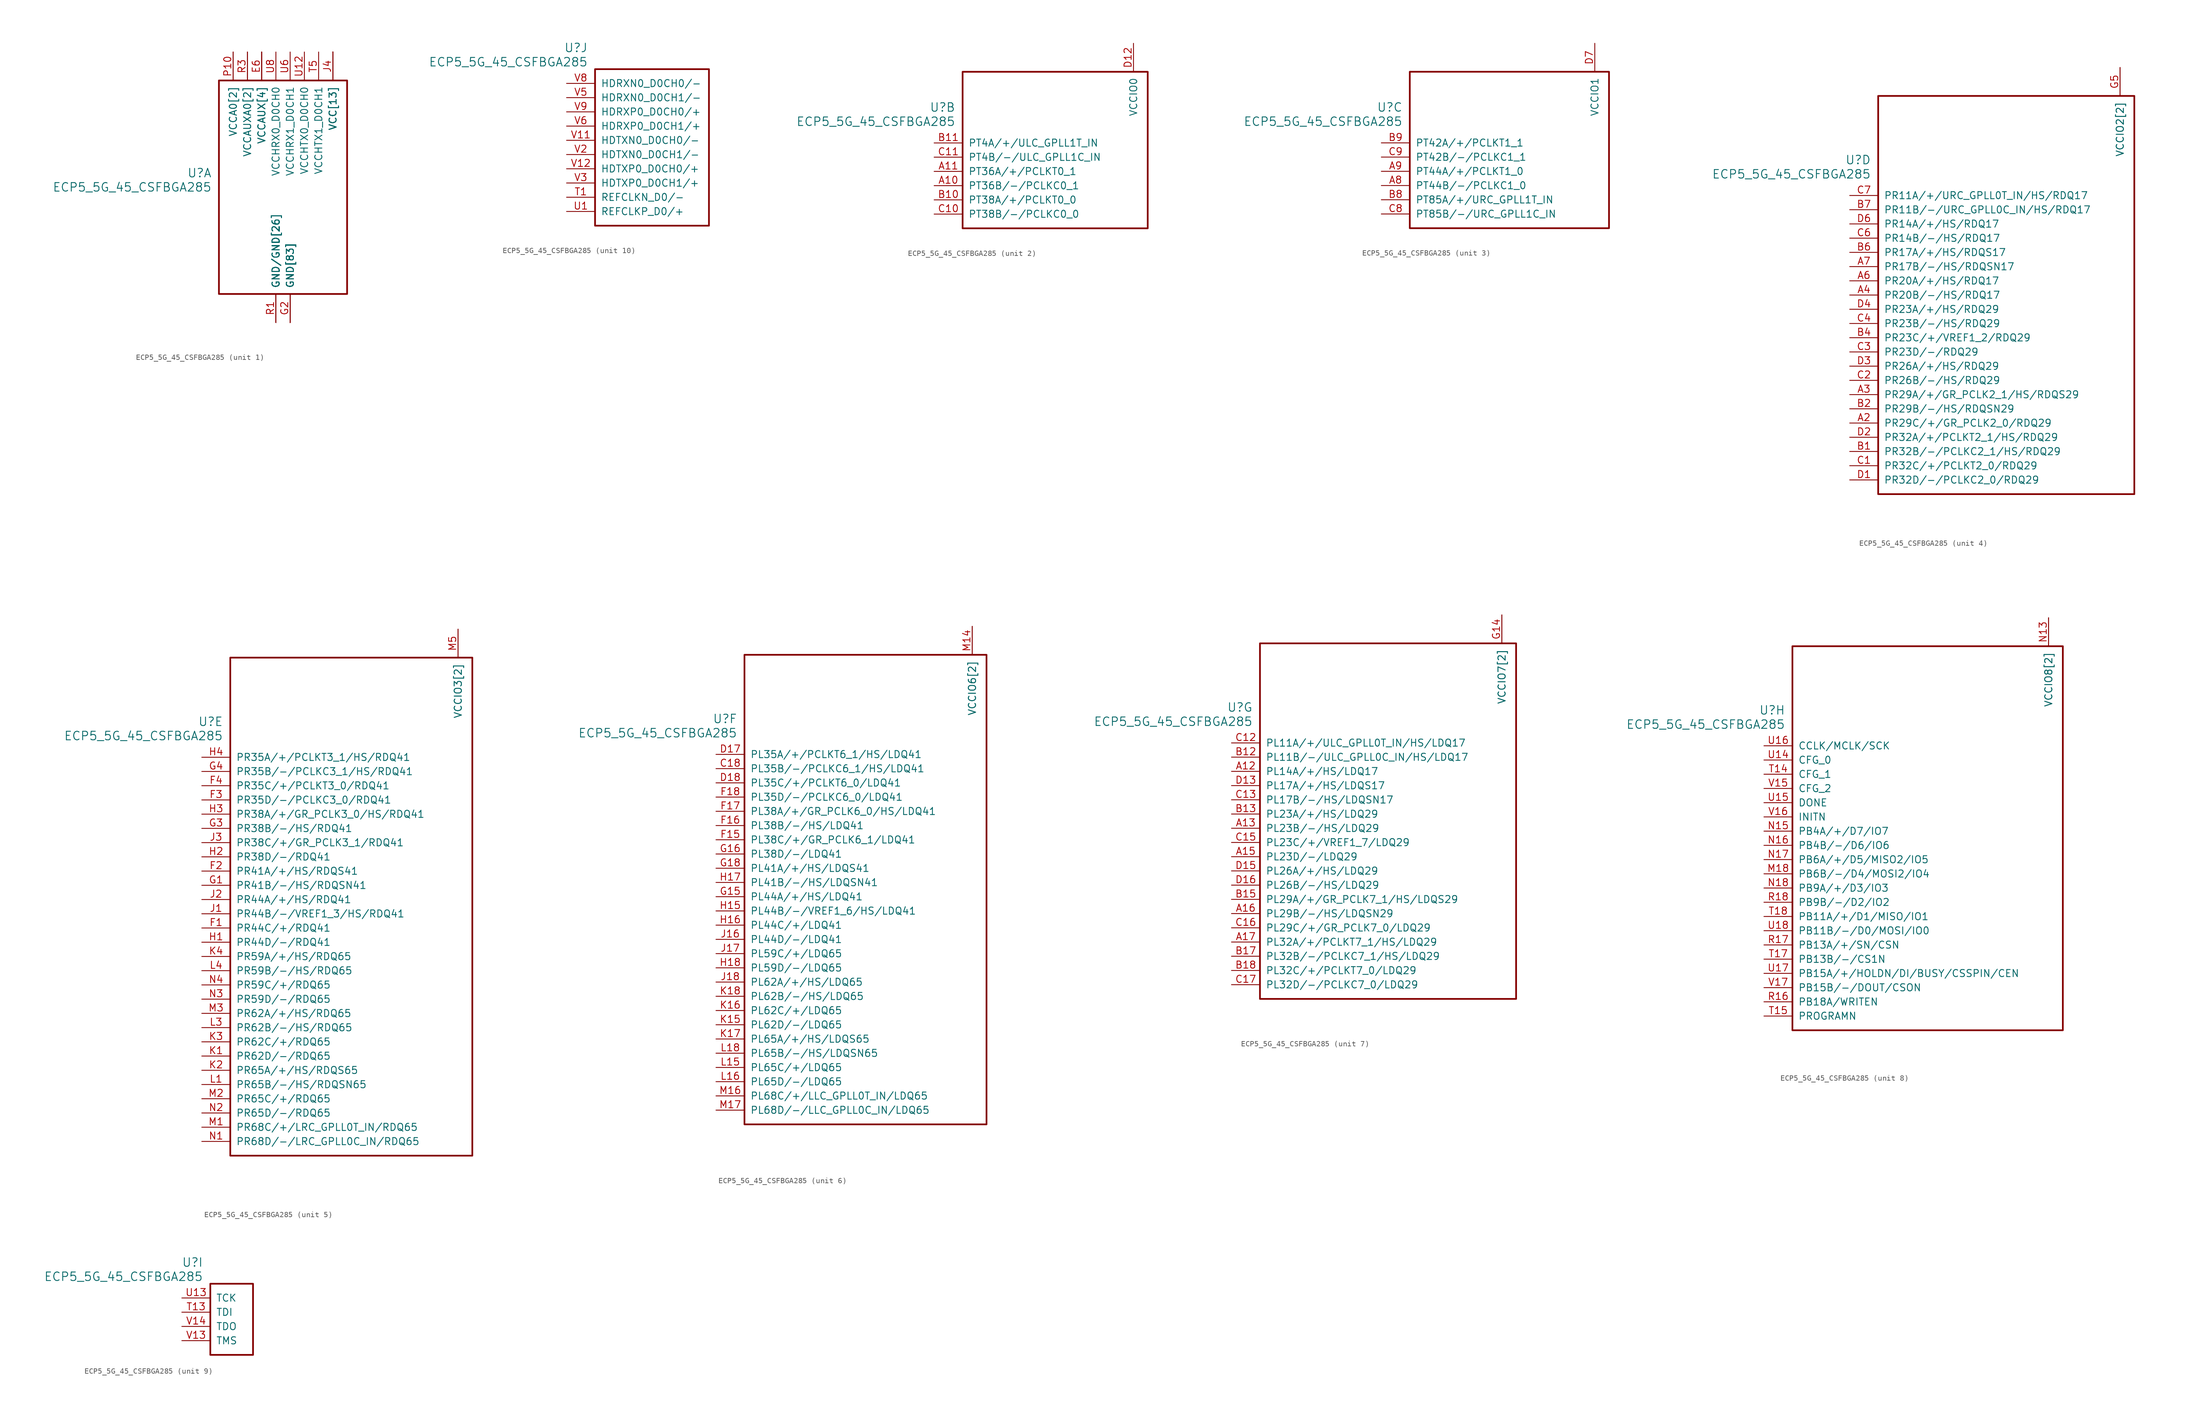
<source format=kicad_sym>
(kicad_symbol_lib
  (version 20211014)
  (generator kicad_symbol_editor)
  (symbol "ECP5_5G_45_CSFBGA285"
    (pin_names
      (offset 1.016))
    (property "Reference" "U"
      (at 3.81 6.35 0)
      (effects (font (size 1.524 1.524)) (justify right)))
    (property "Value" "ECP5_5G_45_CSFBGA285"
      (at 3.81 3.81 0)
      (effects (font (size 1.524 1.524)) (justify right)))
    (property "ki_locked" ""
      (at 0 0 0)
      (effects (font (size 1.27 1.27))))
    (symbol "ECP5_5G_45_CSFBGA285_1_1"
      (rectangle (start 5.08 22.86) (end 27.94 -15.24) (stroke (width 0.305) (type default) (color 0 0 0 0)) (fill (type none)))
      (pin power_in line (at 17.78 -20.32 90) (length 5.08) (name "GND[83]" (effects (font (size 1.27 1.27)))) (number "B16" (effects (font (size 0 0)))))
      (pin power_in line (at 17.78 -20.32 90) (length 5.08) (name "GND[83]" (effects (font (size 1.27 1.27)))) (number "B3" (effects (font (size 0 0)))))
      (pin power_in line (at 25.4 27.94 270) (length 5.08) (name "VCC[13]" (effects (font (size 1.27 1.27)))) (number "D10" (effects (font (size 0 0)))))
      (pin power_in line (at 25.4 27.94 270) (length 5.08) (name "VCC[13]" (effects (font (size 1.27 1.27)))) (number "D11" (effects (font (size 0 0)))))
      (pin power_in line (at 25.4 27.94 270) (length 5.08) (name "VCC[13]" (effects (font (size 1.27 1.27)))) (number "D8" (effects (font (size 0 0)))))
      (pin power_in line (at 25.4 27.94 270) (length 5.08) (name "VCC[13]" (effects (font (size 1.27 1.27)))) (number "D9" (effects (font (size 0 0)))))
      (pin power_in line (at 17.78 -20.32 90) (length 5.08) (name "GND[83]" (effects (font (size 1.27 1.27)))) (number "E10" (effects (font (size 0 0)))))
      (pin power_in line (at 17.78 -20.32 90) (length 5.08) (name "GND[83]" (effects (font (size 1.27 1.27)))) (number "E11" (effects (font (size 0 0)))))
      (pin power_in line (at 17.78 -20.32 90) (length 5.08) (name "GND[83]" (effects (font (size 1.27 1.27)))) (number "E12" (effects (font (size 0 0)))))
      (pin power_in line (at 12.7 27.94 270) (length 5.08) (name "VCCAUX[4]" (effects (font (size 1.27 1.27)))) (number "E13" (effects (font (size 0 0)))))
      (pin power_in line (at 17.78 -20.32 90) (length 5.08) (name "GND[83]" (effects (font (size 1.27 1.27)))) (number "E14" (effects (font (size 0 0)))))
      (pin power_in line (at 17.78 -20.32 90) (length 5.08) (name "GND[83]" (effects (font (size 1.27 1.27)))) (number "E5" (effects (font (size 0 0)))))
      (pin power_in line (at 12.7 27.94 270) (length 5.08) (name "VCCAUX[4]" (effects (font (size 1.27 1.27)))) (number "E6" (effects (font (size 1.27 1.27)))))
      (pin power_in line (at 17.78 -20.32 90) (length 5.08) (name "GND[83]" (effects (font (size 1.27 1.27)))) (number "E7" (effects (font (size 0 0)))))
      (pin power_in line (at 17.78 -20.32 90) (length 5.08) (name "GND[83]" (effects (font (size 1.27 1.27)))) (number "E8" (effects (font (size 0 0)))))
      (pin power_in line (at 17.78 -20.32 90) (length 5.08) (name "GND[83]" (effects (font (size 1.27 1.27)))) (number "E9" (effects (font (size 0 0)))))
      (pin power_in line (at 17.78 -20.32 90) (length 5.08) (name "GND[83]" (effects (font (size 1.27 1.27)))) (number "F10" (effects (font (size 0 0)))))
      (pin power_in line (at 17.78 -20.32 90) (length 5.08) (name "GND[83]" (effects (font (size 1.27 1.27)))) (number "F11" (effects (font (size 0 0)))))
      (pin power_in line (at 17.78 -20.32 90) (length 5.08) (name "GND[83]" (effects (font (size 1.27 1.27)))) (number "F12" (effects (font (size 0 0)))))
      (pin power_in line (at 17.78 -20.32 90) (length 5.08) (name "GND[83]" (effects (font (size 1.27 1.27)))) (number "F13" (effects (font (size 0 0)))))
      (pin power_in line (at 17.78 -20.32 90) (length 5.08) (name "GND[83]" (effects (font (size 1.27 1.27)))) (number "F14" (effects (font (size 0 0)))))
      (pin power_in line (at 17.78 -20.32 90) (length 5.08) (name "GND[83]" (effects (font (size 1.27 1.27)))) (number "F5" (effects (font (size 0 0)))))
      (pin power_in line (at 17.78 -20.32 90) (length 5.08) (name "GND[83]" (effects (font (size 1.27 1.27)))) (number "F6" (effects (font (size 0 0)))))
      (pin power_in line (at 17.78 -20.32 90) (length 5.08) (name "GND[83]" (effects (font (size 1.27 1.27)))) (number "F7" (effects (font (size 0 0)))))
      (pin power_in line (at 17.78 -20.32 90) (length 5.08) (name "GND[83]" (effects (font (size 1.27 1.27)))) (number "F8" (effects (font (size 0 0)))))
      (pin power_in line (at 17.78 -20.32 90) (length 5.08) (name "GND[83]" (effects (font (size 1.27 1.27)))) (number "F9" (effects (font (size 0 0)))))
      (pin power_in line (at 17.78 -20.32 90) (length 5.08) (name "GND[83]" (effects (font (size 1.27 1.27)))) (number "G10" (effects (font (size 0 0)))))
      (pin power_in line (at 17.78 -20.32 90) (length 5.08) (name "GND[83]" (effects (font (size 1.27 1.27)))) (number "G11" (effects (font (size 0 0)))))
      (pin power_in line (at 17.78 -20.32 90) (length 5.08) (name "GND[83]" (effects (font (size 1.27 1.27)))) (number "G12" (effects (font (size 0 0)))))
      (pin power_in line (at 17.78 -20.32 90) (length 5.08) (name "GND[83]" (effects (font (size 1.27 1.27)))) (number "G13" (effects (font (size 0 0)))))
      (pin power_in line (at 17.78 -20.32 90) (length 5.08) (name "GND[83]" (effects (font (size 1.27 1.27)))) (number "G17" (effects (font (size 0 0)))))
      (pin power_in line (at 17.78 -20.32 90) (length 5.08) (name "GND[83]" (effects (font (size 1.27 1.27)))) (number "G2" (effects (font (size 1.27 1.27)))))
      (pin power_in line (at 17.78 -20.32 90) (length 5.08) (name "GND[83]" (effects (font (size 1.27 1.27)))) (number "G6" (effects (font (size 0 0)))))
      (pin power_in line (at 17.78 -20.32 90) (length 5.08) (name "GND[83]" (effects (font (size 1.27 1.27)))) (number "G7" (effects (font (size 0 0)))))
      (pin power_in line (at 17.78 -20.32 90) (length 5.08) (name "GND[83]" (effects (font (size 1.27 1.27)))) (number "G8" (effects (font (size 0 0)))))
      (pin power_in line (at 17.78 -20.32 90) (length 5.08) (name "GND[83]" (effects (font (size 1.27 1.27)))) (number "G9" (effects (font (size 0 0)))))
      (pin power_in line (at 17.78 -20.32 90) (length 5.08) (name "GND[83]" (effects (font (size 1.27 1.27)))) (number "H10" (effects (font (size 0 0)))))
      (pin power_in line (at 17.78 -20.32 90) (length 5.08) (name "GND[83]" (effects (font (size 1.27 1.27)))) (number "H11" (effects (font (size 0 0)))))
      (pin power_in line (at 17.78 -20.32 90) (length 5.08) (name "GND[83]" (effects (font (size 1.27 1.27)))) (number "H12" (effects (font (size 0 0)))))
      (pin power_in line (at 17.78 -20.32 90) (length 5.08) (name "GND[83]" (effects (font (size 1.27 1.27)))) (number "H13" (effects (font (size 0 0)))))
      (pin power_in line (at 17.78 -20.32 90) (length 5.08) (name "GND[83]" (effects (font (size 1.27 1.27)))) (number "H6" (effects (font (size 0 0)))))
      (pin power_in line (at 17.78 -20.32 90) (length 5.08) (name "GND[83]" (effects (font (size 1.27 1.27)))) (number "H7" (effects (font (size 0 0)))))
      (pin power_in line (at 17.78 -20.32 90) (length 5.08) (name "GND[83]" (effects (font (size 1.27 1.27)))) (number "H8" (effects (font (size 0 0)))))
      (pin power_in line (at 17.78 -20.32 90) (length 5.08) (name "GND[83]" (effects (font (size 1.27 1.27)))) (number "H9" (effects (font (size 0 0)))))
      (pin power_in line (at 17.78 -20.32 90) (length 5.08) (name "GND[83]" (effects (font (size 1.27 1.27)))) (number "J10" (effects (font (size 0 0)))))
      (pin power_in line (at 17.78 -20.32 90) (length 5.08) (name "GND[83]" (effects (font (size 1.27 1.27)))) (number "J11" (effects (font (size 0 0)))))
      (pin power_in line (at 17.78 -20.32 90) (length 5.08) (name "GND[83]" (effects (font (size 1.27 1.27)))) (number "J12" (effects (font (size 0 0)))))
      (pin power_in line (at 17.78 -20.32 90) (length 5.08) (name "GND[83]" (effects (font (size 1.27 1.27)))) (number "J13" (effects (font (size 0 0)))))
      (pin power_in line (at 25.4 27.94 270) (length 5.08) (name "VCC[13]" (effects (font (size 1.27 1.27)))) (number "J14" (effects (font (size 0 0)))))
      (pin power_in line (at 25.4 27.94 270) (length 5.08) (name "VCC[13]" (effects (font (size 1.27 1.27)))) (number "J15" (effects (font (size 0 0)))))
      (pin power_in line (at 25.4 27.94 270) (length 5.08) (name "VCC[13]" (effects (font (size 1.27 1.27)))) (number "J4" (effects (font (size 1.27 1.27)))))
      (pin power_in line (at 25.4 27.94 270) (length 5.08) (name "VCC[13]" (effects (font (size 1.27 1.27)))) (number "J5" (effects (font (size 0 0)))))
      (pin power_in line (at 17.78 -20.32 90) (length 5.08) (name "GND[83]" (effects (font (size 1.27 1.27)))) (number "J6" (effects (font (size 0 0)))))
      (pin power_in line (at 17.78 -20.32 90) (length 5.08) (name "GND[83]" (effects (font (size 1.27 1.27)))) (number "J7" (effects (font (size 0 0)))))
      (pin power_in line (at 17.78 -20.32 90) (length 5.08) (name "GND[83]" (effects (font (size 1.27 1.27)))) (number "J8" (effects (font (size 0 0)))))
      (pin power_in line (at 17.78 -20.32 90) (length 5.08) (name "GND[83]" (effects (font (size 1.27 1.27)))) (number "J9" (effects (font (size 0 0)))))
      (pin power_in line (at 17.78 -20.32 90) (length 5.08) (name "GND[83]" (effects (font (size 1.27 1.27)))) (number "K10" (effects (font (size 0 0)))))
      (pin power_in line (at 17.78 -20.32 90) (length 5.08) (name "GND[83]" (effects (font (size 1.27 1.27)))) (number "K11" (effects (font (size 0 0)))))
      (pin power_in line (at 17.78 -20.32 90) (length 5.08) (name "GND[83]" (effects (font (size 1.27 1.27)))) (number "K12" (effects (font (size 0 0)))))
      (pin power_in line (at 17.78 -20.32 90) (length 5.08) (name "GND[83]" (effects (font (size 1.27 1.27)))) (number "K13" (effects (font (size 0 0)))))
      (pin power_in line (at 17.78 -20.32 90) (length 5.08) (name "GND[83]" (effects (font (size 1.27 1.27)))) (number "K14" (effects (font (size 0 0)))))
      (pin power_in line (at 17.78 -20.32 90) (length 5.08) (name "GND[83]" (effects (font (size 1.27 1.27)))) (number "K5" (effects (font (size 0 0)))))
      (pin power_in line (at 17.78 -20.32 90) (length 5.08) (name "GND[83]" (effects (font (size 1.27 1.27)))) (number "K6" (effects (font (size 0 0)))))
      (pin power_in line (at 17.78 -20.32 90) (length 5.08) (name "GND[83]" (effects (font (size 1.27 1.27)))) (number "K7" (effects (font (size 0 0)))))
      (pin power_in line (at 17.78 -20.32 90) (length 5.08) (name "GND[83]" (effects (font (size 1.27 1.27)))) (number "K8" (effects (font (size 0 0)))))
      (pin power_in line (at 17.78 -20.32 90) (length 5.08) (name "GND[83]" (effects (font (size 1.27 1.27)))) (number "K9" (effects (font (size 0 0)))))
      (pin power_in line (at 17.78 -20.32 90) (length 5.08) (name "GND[83]" (effects (font (size 1.27 1.27)))) (number "L10" (effects (font (size 0 0)))))
      (pin power_in line (at 17.78 -20.32 90) (length 5.08) (name "GND[83]" (effects (font (size 1.27 1.27)))) (number "L11" (effects (font (size 0 0)))))
      (pin power_in line (at 17.78 -20.32 90) (length 5.08) (name "GND[83]" (effects (font (size 1.27 1.27)))) (number "L12" (effects (font (size 0 0)))))
      (pin power_in line (at 17.78 -20.32 90) (length 5.08) (name "GND[83]" (effects (font (size 1.27 1.27)))) (number "L13" (effects (font (size 0 0)))))
      (pin power_in line (at 17.78 -20.32 90) (length 5.08) (name "GND[83]" (effects (font (size 1.27 1.27)))) (number "L14" (effects (font (size 0 0)))))
      (pin power_in line (at 17.78 -20.32 90) (length 5.08) (name "GND[83]" (effects (font (size 1.27 1.27)))) (number "L17" (effects (font (size 0 0)))))
      (pin power_in line (at 17.78 -20.32 90) (length 5.08) (name "GND[83]" (effects (font (size 1.27 1.27)))) (number "L2" (effects (font (size 0 0)))))
      (pin power_in line (at 17.78 -20.32 90) (length 5.08) (name "GND[83]" (effects (font (size 1.27 1.27)))) (number "L5" (effects (font (size 0 0)))))
      (pin power_in line (at 17.78 -20.32 90) (length 5.08) (name "GND[83]" (effects (font (size 1.27 1.27)))) (number "L6" (effects (font (size 0 0)))))
      (pin power_in line (at 17.78 -20.32 90) (length 5.08) (name "GND[83]" (effects (font (size 1.27 1.27)))) (number "L7" (effects (font (size 0 0)))))
      (pin power_in line (at 17.78 -20.32 90) (length 5.08) (name "GND[83]" (effects (font (size 1.27 1.27)))) (number "L8" (effects (font (size 0 0)))))
      (pin power_in line (at 17.78 -20.32 90) (length 5.08) (name "GND[83]" (effects (font (size 1.27 1.27)))) (number "L9" (effects (font (size 0 0)))))
      (pin power_in line (at 17.78 -20.32 90) (length 5.08) (name "GND[83]" (effects (font (size 1.27 1.27)))) (number "M10" (effects (font (size 0 0)))))
      (pin power_in line (at 17.78 -20.32 90) (length 5.08) (name "GND[83]" (effects (font (size 1.27 1.27)))) (number "M11" (effects (font (size 0 0)))))
      (pin power_in line (at 17.78 -20.32 90) (length 5.08) (name "GND[83]" (effects (font (size 1.27 1.27)))) (number "M12" (effects (font (size 0 0)))))
      (pin power_in line (at 17.78 -20.32 90) (length 5.08) (name "GND[83]" (effects (font (size 1.27 1.27)))) (number "M13" (effects (font (size 0 0)))))
      (pin power_in line (at 25.4 27.94 270) (length 5.08) (name "VCC[13]" (effects (font (size 1.27 1.27)))) (number "M15" (effects (font (size 0 0)))))
      (pin power_in line (at 25.4 27.94 270) (length 5.08) (name "VCC[13]" (effects (font (size 1.27 1.27)))) (number "M4" (effects (font (size 0 0)))))
      (pin power_in line (at 17.78 -20.32 90) (length 5.08) (name "GND[83]" (effects (font (size 1.27 1.27)))) (number "M6" (effects (font (size 0 0)))))
      (pin power_in line (at 17.78 -20.32 90) (length 5.08) (name "GND[83]" (effects (font (size 1.27 1.27)))) (number "M7" (effects (font (size 0 0)))))
      (pin power_in line (at 17.78 -20.32 90) (length 5.08) (name "GND[83]" (effects (font (size 1.27 1.27)))) (number "M8" (effects (font (size 0 0)))))
      (pin power_in line (at 17.78 -20.32 90) (length 5.08) (name "GND[83]" (effects (font (size 1.27 1.27)))) (number "M9" (effects (font (size 0 0)))))
      (pin power_in line (at 17.78 -20.32 90) (length 5.08) (name "GND[83]" (effects (font (size 1.27 1.27)))) (number "N10" (effects (font (size 0 0)))))
      (pin power_in line (at 17.78 -20.32 90) (length 5.08) (name "GND[83]" (effects (font (size 1.27 1.27)))) (number "N11" (effects (font (size 0 0)))))
      (pin power_in line (at 17.78 -20.32 90) (length 5.08) (name "GND[83]" (effects (font (size 1.27 1.27)))) (number "N12" (effects (font (size 0 0)))))
      (pin power_in line (at 12.7 27.94 270) (length 5.08) (name "VCCAUX[4]" (effects (font (size 1.27 1.27)))) (number "N6" (effects (font (size 0 0)))))
      (pin power_in line (at 17.78 -20.32 90) (length 5.08) (name "GND[83]" (effects (font (size 1.27 1.27)))) (number "N7" (effects (font (size 0 0)))))
      (pin power_in line (at 17.78 -20.32 90) (length 5.08) (name "GND[83]" (effects (font (size 1.27 1.27)))) (number "N8" (effects (font (size 0 0)))))
      (pin power_in line (at 17.78 -20.32 90) (length 5.08) (name "GND[83]" (effects (font (size 1.27 1.27)))) (number "N9" (effects (font (size 0 0)))))
      (pin power_in line (at 7.62 27.94 270) (length 5.08) (name "VCCA0[2]" (effects (font (size 1.27 1.27)))) (number "P10" (effects (font (size 1.27 1.27)))))
      (pin power_in line (at 25.4 27.94 270) (length 5.08) (name "VCC[13]" (effects (font (size 1.27 1.27)))) (number "P11" (effects (font (size 0 0)))))
      (pin power_in line (at 15.24 -20.32 90) (length 5.08) (name "GND/GND[26]" (effects (font (size 1.27 1.27)))) (number "P12" (effects (font (size 0 0)))))
      (pin power_in line (at 12.7 27.94 270) (length 5.08) (name "VCCAUX[4]" (effects (font (size 1.27 1.27)))) (number "P13" (effects (font (size 0 0)))))
      (pin power_in line (at 10.16 27.94 270) (length 5.08) (name "VCCAUXA0[2]" (effects (font (size 1.27 1.27)))) (number "P5" (effects (font (size 0 0)))))
      (pin power_in line (at 15.24 -20.32 90) (length 5.08) (name "GND/GND[26]" (effects (font (size 1.27 1.27)))) (number "P6" (effects (font (size 0 0)))))
      (pin power_in line (at 25.4 27.94 270) (length 5.08) (name "VCC[13]" (effects (font (size 1.27 1.27)))) (number "P7" (effects (font (size 0 0)))))
      (pin power_in line (at 15.24 -20.32 90) (length 5.08) (name "GND/GND[26]" (effects (font (size 1.27 1.27)))) (number "P8" (effects (font (size 0 0)))))
      (pin power_in line (at 25.4 27.94 270) (length 5.08) (name "VCC[13]" (effects (font (size 1.27 1.27)))) (number "P9" (effects (font (size 0 0)))))
      (pin power_in line (at 15.24 -20.32 90) (length 5.08) (name "GND/GND[26]" (effects (font (size 1.27 1.27)))) (number "R1" (effects (font (size 1.27 1.27)))))
      (pin power_in line (at 7.62 27.94 270) (length 5.08) (name "VCCA0[2]" (effects (font (size 1.27 1.27)))) (number "R10" (effects (font (size 0 0)))))
      (pin power_in line (at 15.24 -20.32 90) (length 5.08) (name "GND/GND[26]" (effects (font (size 1.27 1.27)))) (number "R2" (effects (font (size 0 0)))))
      (pin power_in line (at 10.16 27.94 270) (length 5.08) (name "VCCAUXA0[2]" (effects (font (size 1.27 1.27)))) (number "R3" (effects (font (size 1.27 1.27)))))
      (pin power_in line (at 15.24 -20.32 90) (length 5.08) (name "GND/GND[26]" (effects (font (size 1.27 1.27)))) (number "T10" (effects (font (size 0 0)))))
      (pin power_in line (at 15.24 -20.32 90) (length 5.08) (name "GND/GND[26]" (effects (font (size 1.27 1.27)))) (number "T11" (effects (font (size 0 0)))))
      (pin power_in line (at 15.24 -20.32 90) (length 5.08) (name "GND/GND[26]" (effects (font (size 1.27 1.27)))) (number "T12" (effects (font (size 0 0)))))
      (pin power_in line (at 17.78 -20.32 90) (length 5.08) (name "GND[83]" (effects (font (size 1.27 1.27)))) (number "T16" (effects (font (size 0 0)))))
      (pin power_in line (at 15.24 -20.32 90) (length 5.08) (name "GND/GND[26]" (effects (font (size 1.27 1.27)))) (number "T2" (effects (font (size 0 0)))))
      (pin power_in line (at 15.24 -20.32 90) (length 5.08) (name "GND/GND[26]" (effects (font (size 1.27 1.27)))) (number "T3" (effects (font (size 0 0)))))
      (pin power_in line (at 15.24 -20.32 90) (length 5.08) (name "GND/GND[26]" (effects (font (size 1.27 1.27)))) (number "T4" (effects (font (size 0 0)))))
      (pin power_in line (at 22.86 27.94 270) (length 5.08) (name "VCCHTX1_D0CH1" (effects (font (size 1.27 1.27)))) (number "T5" (effects (font (size 1.27 1.27)))))
      (pin power_in line (at 15.24 -20.32 90) (length 5.08) (name "GND/GND[26]" (effects (font (size 1.27 1.27)))) (number "T6" (effects (font (size 0 0)))))
      (pin power_in line (at 15.24 -20.32 90) (length 5.08) (name "GND/GND[26]" (effects (font (size 1.27 1.27)))) (number "T7" (effects (font (size 0 0)))))
      (pin power_in line (at 15.24 -20.32 90) (length 5.08) (name "GND/GND[26]" (effects (font (size 1.27 1.27)))) (number "T8" (effects (font (size 0 0)))))
      (pin power_in line (at 15.24 -20.32 90) (length 5.08) (name "GND/GND[26]" (effects (font (size 1.27 1.27)))) (number "T9" (effects (font (size 0 0)))))
      (pin power_in line (at 15.24 -20.32 90) (length 5.08) (name "GND/GND[26]" (effects (font (size 1.27 1.27)))) (number "U10" (effects (font (size 0 0)))))
      (pin power_in line (at 15.24 -20.32 90) (length 5.08) (name "GND/GND[26]" (effects (font (size 1.27 1.27)))) (number "U11" (effects (font (size 0 0)))))
      (pin power_in line (at 20.32 27.94 270) (length 5.08) (name "VCCHTX0_D0CH0" (effects (font (size 1.27 1.27)))) (number "U12" (effects (font (size 1.27 1.27)))))
      (pin power_in line (at 15.24 -20.32 90) (length 5.08) (name "GND/GND[26]" (effects (font (size 1.27 1.27)))) (number "U2" (effects (font (size 0 0)))))
      (pin power_in line (at 15.24 -20.32 90) (length 5.08) (name "GND/GND[26]" (effects (font (size 1.27 1.27)))) (number "U3" (effects (font (size 0 0)))))
      (pin power_in line (at 15.24 -20.32 90) (length 5.08) (name "GND/GND[26]" (effects (font (size 1.27 1.27)))) (number "U4" (effects (font (size 0 0)))))
      (pin power_in line (at 15.24 -20.32 90) (length 5.08) (name "GND/GND[26]" (effects (font (size 1.27 1.27)))) (number "U5" (effects (font (size 0 0)))))
      (pin power_in line (at 17.78 27.94 270) (length 5.08) (name "VCCHRX1_D0CH1" (effects (font (size 1.27 1.27)))) (number "U6" (effects (font (size 1.27 1.27)))))
      (pin power_in line (at 15.24 -20.32 90) (length 5.08) (name "GND/GND[26]" (effects (font (size 1.27 1.27)))) (number "U7" (effects (font (size 0 0)))))
      (pin power_in line (at 15.24 27.94 270) (length 5.08) (name "VCCHRX0_D0CH0" (effects (font (size 1.27 1.27)))) (number "U8" (effects (font (size 1.27 1.27)))))
      (pin power_in line (at 15.24 -20.32 90) (length 5.08) (name "GND/GND[26]" (effects (font (size 1.27 1.27)))) (number "U9" (effects (font (size 0 0)))))
      (pin power_in line (at 15.24 -20.32 90) (length 5.08) (name "GND/GND[26]" (effects (font (size 1.27 1.27)))) (number "V10" (effects (font (size 0 0)))))
      (pin power_in line (at 15.24 -20.32 90) (length 5.08) (name "GND/GND[26]" (effects (font (size 1.27 1.27)))) (number "V4" (effects (font (size 0 0)))))
      (pin power_in line (at 15.24 -20.32 90) (length 5.08) (name "GND/GND[26]" (effects (font (size 1.27 1.27)))) (number "V7" (effects (font (size 0 0))))))
    (symbol "ECP5_5G_45_CSFBGA285_2_1"
      (rectangle (start 5.08 12.7) (end 38.1 -15.24) (stroke (width 0.305) (type default) (color 0 0 0 0)) (fill (type none)))
      (pin bidirectional line (at 0 -7.62 0) (length 5.08) (name "PT36B/-/PCLKC0_1" (effects (font (size 1.27 1.27)))) (number "A10" (effects (font (size 1.27 1.27)))))
      (pin bidirectional line (at 0 -5.08 0) (length 5.08) (name "PT36A/+/PCLKT0_1" (effects (font (size 1.27 1.27)))) (number "A11" (effects (font (size 1.27 1.27)))))
      (pin bidirectional line (at 0 -10.16 0) (length 5.08) (name "PT38A/+/PCLKT0_0" (effects (font (size 1.27 1.27)))) (number "B10" (effects (font (size 1.27 1.27)))))
      (pin bidirectional line (at 0 0 0) (length 5.08) (name "PT4A/+/ULC_GPLL1T_IN" (effects (font (size 1.27 1.27)))) (number "B11" (effects (font (size 1.27 1.27)))))
      (pin bidirectional line (at 0 -12.7 0) (length 5.08) (name "PT38B/-/PCLKC0_0" (effects (font (size 1.27 1.27)))) (number "C10" (effects (font (size 1.27 1.27)))))
      (pin bidirectional line (at 0 -2.54 0) (length 5.08) (name "PT4B/-/ULC_GPLL1C_IN" (effects (font (size 1.27 1.27)))) (number "C11" (effects (font (size 1.27 1.27)))))
      (pin power_in line (at 35.56 17.78 270) (length 5.08) (name "VCCIO0" (effects (font (size 1.27 1.27)))) (number "D12" (effects (font (size 1.27 1.27))))))
    (symbol "ECP5_5G_45_CSFBGA285_3_1"
      (rectangle (start 5.08 12.7) (end 40.64 -15.24) (stroke (width 0.305) (type default) (color 0 0 0 0)) (fill (type none)))
      (pin bidirectional line (at 0 -7.62 0) (length 5.08) (name "PT44B/-/PCLKC1_0" (effects (font (size 1.27 1.27)))) (number "A8" (effects (font (size 1.27 1.27)))))
      (pin bidirectional line (at 0 -5.08 0) (length 5.08) (name "PT44A/+/PCLKT1_0" (effects (font (size 1.27 1.27)))) (number "A9" (effects (font (size 1.27 1.27)))))
      (pin bidirectional line (at 0 -10.16 0) (length 5.08) (name "PT85A/+/URC_GPLL1T_IN" (effects (font (size 1.27 1.27)))) (number "B8" (effects (font (size 1.27 1.27)))))
      (pin bidirectional line (at 0 0 0) (length 5.08) (name "PT42A/+/PCLKT1_1" (effects (font (size 1.27 1.27)))) (number "B9" (effects (font (size 1.27 1.27)))))
      (pin bidirectional line (at 0 -12.7 0) (length 5.08) (name "PT85B/-/URC_GPLL1C_IN" (effects (font (size 1.27 1.27)))) (number "C8" (effects (font (size 1.27 1.27)))))
      (pin bidirectional line (at 0 -2.54 0) (length 5.08) (name "PT42B/-/PCLKC1_1" (effects (font (size 1.27 1.27)))) (number "C9" (effects (font (size 1.27 1.27)))))
      (pin power_in line (at 38.1 17.78 270) (length 5.08) (name "VCCIO1" (effects (font (size 1.27 1.27)))) (number "D7" (effects (font (size 1.27 1.27))))))
    (symbol "ECP5_5G_45_CSFBGA285_4_1"
      (rectangle (start 5.08 17.78) (end 50.8 -53.34) (stroke (width 0.305) (type default) (color 0 0 0 0)) (fill (type none)))
      (pin bidirectional line (at 0 -40.64 0) (length 5.08) (name "PR29C/+/GR_PCLK2_0/RDQ29" (effects (font (size 1.27 1.27)))) (number "A2" (effects (font (size 1.27 1.27)))))
      (pin bidirectional line (at 0 -35.56 0) (length 5.08) (name "PR29A/+/GR_PCLK2_1/HS/RDQS29" (effects (font (size 1.27 1.27)))) (number "A3" (effects (font (size 1.27 1.27)))))
      (pin bidirectional line (at 0 -17.78 0) (length 5.08) (name "PR20B/-/HS/RDQ17" (effects (font (size 1.27 1.27)))) (number "A4" (effects (font (size 1.27 1.27)))))
      (pin bidirectional line (at 0 -15.24 0) (length 5.08) (name "PR20A/+/HS/RDQ17" (effects (font (size 1.27 1.27)))) (number "A6" (effects (font (size 1.27 1.27)))))
      (pin bidirectional line (at 0 -12.7 0) (length 5.08) (name "PR17B/-/HS/RDQSN17" (effects (font (size 1.27 1.27)))) (number "A7" (effects (font (size 1.27 1.27)))))
      (pin bidirectional line (at 0 -45.72 0) (length 5.08) (name "PR32B/-/PCLKC2_1/HS/RDQ29" (effects (font (size 1.27 1.27)))) (number "B1" (effects (font (size 1.27 1.27)))))
      (pin bidirectional line (at 0 -38.1 0) (length 5.08) (name "PR29B/-/HS/RDQSN29" (effects (font (size 1.27 1.27)))) (number "B2" (effects (font (size 1.27 1.27)))))
      (pin bidirectional line (at 0 -25.4 0) (length 5.08) (name "PR23C/+/VREF1_2/RDQ29" (effects (font (size 1.27 1.27)))) (number "B4" (effects (font (size 1.27 1.27)))))
      (pin bidirectional line (at 0 -10.16 0) (length 5.08) (name "PR17A/+/HS/RDQS17" (effects (font (size 1.27 1.27)))) (number "B6" (effects (font (size 1.27 1.27)))))
      (pin bidirectional line (at 0 -2.54 0) (length 5.08) (name "PR11B/-/URC_GPLL0C_IN/HS/RDQ17" (effects (font (size 1.27 1.27)))) (number "B7" (effects (font (size 1.27 1.27)))))
      (pin bidirectional line (at 0 -48.26 0) (length 5.08) (name "PR32C/+/PCLKT2_0/RDQ29" (effects (font (size 1.27 1.27)))) (number "C1" (effects (font (size 1.27 1.27)))))
      (pin bidirectional line (at 0 -33.02 0) (length 5.08) (name "PR26B/-/HS/RDQ29" (effects (font (size 1.27 1.27)))) (number "C2" (effects (font (size 1.27 1.27)))))
      (pin bidirectional line (at 0 -27.94 0) (length 5.08) (name "PR23D/-/RDQ29" (effects (font (size 1.27 1.27)))) (number "C3" (effects (font (size 1.27 1.27)))))
      (pin bidirectional line (at 0 -22.86 0) (length 5.08) (name "PR23B/-/HS/RDQ29" (effects (font (size 1.27 1.27)))) (number "C4" (effects (font (size 1.27 1.27)))))
      (pin bidirectional line (at 0 -7.62 0) (length 5.08) (name "PR14B/-/HS/RDQ17" (effects (font (size 1.27 1.27)))) (number "C6" (effects (font (size 1.27 1.27)))))
      (pin bidirectional line (at 0 0 0) (length 5.08) (name "PR11A/+/URC_GPLL0T_IN/HS/RDQ17" (effects (font (size 1.27 1.27)))) (number "C7" (effects (font (size 1.27 1.27)))))
      (pin bidirectional line (at 0 -50.8 0) (length 5.08) (name "PR32D/-/PCLKC2_0/RDQ29" (effects (font (size 1.27 1.27)))) (number "D1" (effects (font (size 1.27 1.27)))))
      (pin bidirectional line (at 0 -43.18 0) (length 5.08) (name "PR32A/+/PCLKT2_1/HS/RDQ29" (effects (font (size 1.27 1.27)))) (number "D2" (effects (font (size 1.27 1.27)))))
      (pin bidirectional line (at 0 -30.48 0) (length 5.08) (name "PR26A/+/HS/RDQ29" (effects (font (size 1.27 1.27)))) (number "D3" (effects (font (size 1.27 1.27)))))
      (pin bidirectional line (at 0 -20.32 0) (length 5.08) (name "PR23A/+/HS/RDQ29" (effects (font (size 1.27 1.27)))) (number "D4" (effects (font (size 1.27 1.27)))))
      (pin bidirectional line (at 0 -5.08 0) (length 5.08) (name "PR14A/+/HS/RDQ17" (effects (font (size 1.27 1.27)))) (number "D6" (effects (font (size 1.27 1.27)))))
      (pin power_in line (at 48.26 22.86 270) (length 5.08) (name "VCCIO2[2]" (effects (font (size 1.27 1.27)))) (number "G5" (effects (font (size 1.27 1.27)))))
      (pin power_in line (at 48.26 22.86 270) (length 5.08) (name "VCCIO2[2]" (effects (font (size 1.27 1.27)))) (number "H5" (effects (font (size 0 0))))))
    (symbol "ECP5_5G_45_CSFBGA285_5_1"
      (rectangle (start 5.08 17.78) (end 48.26 -71.12) (stroke (width 0.305) (type default) (color 0 0 0 0)) (fill (type none)))
      (pin bidirectional line (at 0 -30.48 0) (length 5.08) (name "PR44C/+/RDQ41" (effects (font (size 1.27 1.27)))) (number "F1" (effects (font (size 1.27 1.27)))))
      (pin bidirectional line (at 0 -20.32 0) (length 5.08) (name "PR41A/+/HS/RDQS41" (effects (font (size 1.27 1.27)))) (number "F2" (effects (font (size 1.27 1.27)))))
      (pin bidirectional line (at 0 -7.62 0) (length 5.08) (name "PR35D/-/PCLKC3_0/RDQ41" (effects (font (size 1.27 1.27)))) (number "F3" (effects (font (size 1.27 1.27)))))
      (pin bidirectional line (at 0 -5.08 0) (length 5.08) (name "PR35C/+/PCLKT3_0/RDQ41" (effects (font (size 1.27 1.27)))) (number "F4" (effects (font (size 1.27 1.27)))))
      (pin bidirectional line (at 0 -22.86 0) (length 5.08) (name "PR41B/-/HS/RDQSN41" (effects (font (size 1.27 1.27)))) (number "G1" (effects (font (size 1.27 1.27)))))
      (pin bidirectional line (at 0 -12.7 0) (length 5.08) (name "PR38B/-/HS/RDQ41" (effects (font (size 1.27 1.27)))) (number "G3" (effects (font (size 1.27 1.27)))))
      (pin bidirectional line (at 0 -2.54 0) (length 5.08) (name "PR35B/-/PCLKC3_1/HS/RDQ41" (effects (font (size 1.27 1.27)))) (number "G4" (effects (font (size 1.27 1.27)))))
      (pin bidirectional line (at 0 -33.02 0) (length 5.08) (name "PR44D/-/RDQ41" (effects (font (size 1.27 1.27)))) (number "H1" (effects (font (size 1.27 1.27)))))
      (pin bidirectional line (at 0 -17.78 0) (length 5.08) (name "PR38D/-/RDQ41" (effects (font (size 1.27 1.27)))) (number "H2" (effects (font (size 1.27 1.27)))))
      (pin bidirectional line (at 0 -10.16 0) (length 5.08) (name "PR38A/+/GR_PCLK3_0/HS/RDQ41" (effects (font (size 1.27 1.27)))) (number "H3" (effects (font (size 1.27 1.27)))))
      (pin bidirectional line (at 0 0 0) (length 5.08) (name "PR35A/+/PCLKT3_1/HS/RDQ41" (effects (font (size 1.27 1.27)))) (number "H4" (effects (font (size 1.27 1.27)))))
      (pin bidirectional line (at 0 -27.94 0) (length 5.08) (name "PR44B/-/VREF1_3/HS/RDQ41" (effects (font (size 1.27 1.27)))) (number "J1" (effects (font (size 1.27 1.27)))))
      (pin bidirectional line (at 0 -25.4 0) (length 5.08) (name "PR44A/+/HS/RDQ41" (effects (font (size 1.27 1.27)))) (number "J2" (effects (font (size 1.27 1.27)))))
      (pin bidirectional line (at 0 -15.24 0) (length 5.08) (name "PR38C/+/GR_PCLK3_1/RDQ41" (effects (font (size 1.27 1.27)))) (number "J3" (effects (font (size 1.27 1.27)))))
      (pin bidirectional line (at 0 -53.34 0) (length 5.08) (name "PR62D/-/RDQ65" (effects (font (size 1.27 1.27)))) (number "K1" (effects (font (size 1.27 1.27)))))
      (pin bidirectional line (at 0 -55.88 0) (length 5.08) (name "PR65A/+/HS/RDQS65" (effects (font (size 1.27 1.27)))) (number "K2" (effects (font (size 1.27 1.27)))))
      (pin bidirectional line (at 0 -50.8 0) (length 5.08) (name "PR62C/+/RDQ65" (effects (font (size 1.27 1.27)))) (number "K3" (effects (font (size 1.27 1.27)))))
      (pin bidirectional line (at 0 -35.56 0) (length 5.08) (name "PR59A/+/HS/RDQ65" (effects (font (size 1.27 1.27)))) (number "K4" (effects (font (size 1.27 1.27)))))
      (pin bidirectional line (at 0 -58.42 0) (length 5.08) (name "PR65B/-/HS/RDQSN65" (effects (font (size 1.27 1.27)))) (number "L1" (effects (font (size 1.27 1.27)))))
      (pin bidirectional line (at 0 -48.26 0) (length 5.08) (name "PR62B/-/HS/RDQ65" (effects (font (size 1.27 1.27)))) (number "L3" (effects (font (size 1.27 1.27)))))
      (pin bidirectional line (at 0 -38.1 0) (length 5.08) (name "PR59B/-/HS/RDQ65" (effects (font (size 1.27 1.27)))) (number "L4" (effects (font (size 1.27 1.27)))))
      (pin bidirectional line (at 0 -66.04 0) (length 5.08) (name "PR68C/+/LRC_GPLL0T_IN/RDQ65" (effects (font (size 1.27 1.27)))) (number "M1" (effects (font (size 1.27 1.27)))))
      (pin bidirectional line (at 0 -60.96 0) (length 5.08) (name "PR65C/+/RDQ65" (effects (font (size 1.27 1.27)))) (number "M2" (effects (font (size 1.27 1.27)))))
      (pin bidirectional line (at 0 -45.72 0) (length 5.08) (name "PR62A/+/HS/RDQ65" (effects (font (size 1.27 1.27)))) (number "M3" (effects (font (size 1.27 1.27)))))
      (pin power_in line (at 45.72 22.86 270) (length 5.08) (name "VCCIO3[2]" (effects (font (size 1.27 1.27)))) (number "M5" (effects (font (size 1.27 1.27)))))
      (pin bidirectional line (at 0 -68.58 0) (length 5.08) (name "PR68D/-/LRC_GPLL0C_IN/RDQ65" (effects (font (size 1.27 1.27)))) (number "N1" (effects (font (size 1.27 1.27)))))
      (pin bidirectional line (at 0 -63.5 0) (length 5.08) (name "PR65D/-/RDQ65" (effects (font (size 1.27 1.27)))) (number "N2" (effects (font (size 1.27 1.27)))))
      (pin bidirectional line (at 0 -43.18 0) (length 5.08) (name "PR59D/-/RDQ65" (effects (font (size 1.27 1.27)))) (number "N3" (effects (font (size 1.27 1.27)))))
      (pin bidirectional line (at 0 -40.64 0) (length 5.08) (name "PR59C/+/RDQ65" (effects (font (size 1.27 1.27)))) (number "N4" (effects (font (size 1.27 1.27)))))
      (pin power_in line (at 45.72 22.86 270) (length 5.08) (name "VCCIO3[2]" (effects (font (size 1.27 1.27)))) (number "N5" (effects (font (size 0 0))))))
    (symbol "ECP5_5G_45_CSFBGA285_6_1"
      (rectangle (start 5.08 17.78) (end 48.26 -66.04) (stroke (width 0.305) (type default) (color 0 0 0 0)) (fill (type none)))
      (pin bidirectional line (at 0 -2.54 0) (length 5.08) (name "PL35B/-/PCLKC6_1/HS/LDQ41" (effects (font (size 1.27 1.27)))) (number "C18" (effects (font (size 1.27 1.27)))))
      (pin bidirectional line (at 0 0 0) (length 5.08) (name "PL35A/+/PCLKT6_1/HS/LDQ41" (effects (font (size 1.27 1.27)))) (number "D17" (effects (font (size 1.27 1.27)))))
      (pin bidirectional line (at 0 -5.08 0) (length 5.08) (name "PL35C/+/PCLKT6_0/LDQ41" (effects (font (size 1.27 1.27)))) (number "D18" (effects (font (size 1.27 1.27)))))
      (pin bidirectional line (at 0 -15.24 0) (length 5.08) (name "PL38C/+/GR_PCLK6_1/LDQ41" (effects (font (size 1.27 1.27)))) (number "F15" (effects (font (size 1.27 1.27)))))
      (pin bidirectional line (at 0 -12.7 0) (length 5.08) (name "PL38B/-/HS/LDQ41" (effects (font (size 1.27 1.27)))) (number "F16" (effects (font (size 1.27 1.27)))))
      (pin bidirectional line (at 0 -10.16 0) (length 5.08) (name "PL38A/+/GR_PCLK6_0/HS/LDQ41" (effects (font (size 1.27 1.27)))) (number "F17" (effects (font (size 1.27 1.27)))))
      (pin bidirectional line (at 0 -7.62 0) (length 5.08) (name "PL35D/-/PCLKC6_0/LDQ41" (effects (font (size 1.27 1.27)))) (number "F18" (effects (font (size 1.27 1.27)))))
      (pin bidirectional line (at 0 -25.4 0) (length 5.08) (name "PL44A/+/HS/LDQ41" (effects (font (size 1.27 1.27)))) (number "G15" (effects (font (size 1.27 1.27)))))
      (pin bidirectional line (at 0 -17.78 0) (length 5.08) (name "PL38D/-/LDQ41" (effects (font (size 1.27 1.27)))) (number "G16" (effects (font (size 1.27 1.27)))))
      (pin bidirectional line (at 0 -20.32 0) (length 5.08) (name "PL41A/+/HS/LDQS41" (effects (font (size 1.27 1.27)))) (number "G18" (effects (font (size 1.27 1.27)))))
      (pin bidirectional line (at 0 -27.94 0) (length 5.08) (name "PL44B/-/VREF1_6/HS/LDQ41" (effects (font (size 1.27 1.27)))) (number "H15" (effects (font (size 1.27 1.27)))))
      (pin bidirectional line (at 0 -30.48 0) (length 5.08) (name "PL44C/+/LDQ41" (effects (font (size 1.27 1.27)))) (number "H16" (effects (font (size 1.27 1.27)))))
      (pin bidirectional line (at 0 -22.86 0) (length 5.08) (name "PL41B/-/HS/LDQSN41" (effects (font (size 1.27 1.27)))) (number "H17" (effects (font (size 1.27 1.27)))))
      (pin bidirectional line (at 0 -38.1 0) (length 5.08) (name "PL59D/-/LDQ65" (effects (font (size 1.27 1.27)))) (number "H18" (effects (font (size 1.27 1.27)))))
      (pin bidirectional line (at 0 -33.02 0) (length 5.08) (name "PL44D/-/LDQ41" (effects (font (size 1.27 1.27)))) (number "J16" (effects (font (size 1.27 1.27)))))
      (pin bidirectional line (at 0 -35.56 0) (length 5.08) (name "PL59C/+/LDQ65" (effects (font (size 1.27 1.27)))) (number "J17" (effects (font (size 1.27 1.27)))))
      (pin bidirectional line (at 0 -40.64 0) (length 5.08) (name "PL62A/+/HS/LDQ65" (effects (font (size 1.27 1.27)))) (number "J18" (effects (font (size 1.27 1.27)))))
      (pin bidirectional line (at 0 -48.26 0) (length 5.08) (name "PL62D/-/LDQ65" (effects (font (size 1.27 1.27)))) (number "K15" (effects (font (size 1.27 1.27)))))
      (pin bidirectional line (at 0 -45.72 0) (length 5.08) (name "PL62C/+/LDQ65" (effects (font (size 1.27 1.27)))) (number "K16" (effects (font (size 1.27 1.27)))))
      (pin bidirectional line (at 0 -50.8 0) (length 5.08) (name "PL65A/+/HS/LDQS65" (effects (font (size 1.27 1.27)))) (number "K17" (effects (font (size 1.27 1.27)))))
      (pin bidirectional line (at 0 -43.18 0) (length 5.08) (name "PL62B/-/HS/LDQ65" (effects (font (size 1.27 1.27)))) (number "K18" (effects (font (size 1.27 1.27)))))
      (pin bidirectional line (at 0 -55.88 0) (length 5.08) (name "PL65C/+/LDQ65" (effects (font (size 1.27 1.27)))) (number "L15" (effects (font (size 1.27 1.27)))))
      (pin bidirectional line (at 0 -58.42 0) (length 5.08) (name "PL65D/-/LDQ65" (effects (font (size 1.27 1.27)))) (number "L16" (effects (font (size 1.27 1.27)))))
      (pin bidirectional line (at 0 -53.34 0) (length 5.08) (name "PL65B/-/HS/LDQSN65" (effects (font (size 1.27 1.27)))) (number "L18" (effects (font (size 1.27 1.27)))))
      (pin power_in line (at 45.72 22.86 270) (length 5.08) (name "VCCIO6[2]" (effects (font (size 1.27 1.27)))) (number "M14" (effects (font (size 1.27 1.27)))))
      (pin bidirectional line (at 0 -60.96 0) (length 5.08) (name "PL68C/+/LLC_GPLL0T_IN/LDQ65" (effects (font (size 1.27 1.27)))) (number "M16" (effects (font (size 1.27 1.27)))))
      (pin bidirectional line (at 0 -63.5 0) (length 5.08) (name "PL68D/-/LLC_GPLL0C_IN/LDQ65" (effects (font (size 1.27 1.27)))) (number "M17" (effects (font (size 1.27 1.27)))))
      (pin power_in line (at 45.72 22.86 270) (length 5.08) (name "VCCIO6[2]" (effects (font (size 1.27 1.27)))) (number "N14" (effects (font (size 0 0))))))
    (symbol "ECP5_5G_45_CSFBGA285_7_1"
      (rectangle (start 5.08 17.78) (end 50.8 -45.72) (stroke (width 0.305) (type default) (color 0 0 0 0)) (fill (type none)))
      (pin bidirectional line (at 0 -5.08 0) (length 5.08) (name "PL14A/+/HS/LDQ17" (effects (font (size 1.27 1.27)))) (number "A12" (effects (font (size 1.27 1.27)))))
      (pin bidirectional line (at 0 -15.24 0) (length 5.08) (name "PL23B/-/HS/LDQ29" (effects (font (size 1.27 1.27)))) (number "A13" (effects (font (size 1.27 1.27)))))
      (pin bidirectional line (at 0 -20.32 0) (length 5.08) (name "PL23D/-/LDQ29" (effects (font (size 1.27 1.27)))) (number "A15" (effects (font (size 1.27 1.27)))))
      (pin bidirectional line (at 0 -30.48 0) (length 5.08) (name "PL29B/-/HS/LDQSN29" (effects (font (size 1.27 1.27)))) (number "A16" (effects (font (size 1.27 1.27)))))
      (pin bidirectional line (at 0 -35.56 0) (length 5.08) (name "PL32A/+/PCLKT7_1/HS/LDQ29" (effects (font (size 1.27 1.27)))) (number "A17" (effects (font (size 1.27 1.27)))))
      (pin bidirectional line (at 0 -2.54 0) (length 5.08) (name "PL11B/-/ULC_GPLL0C_IN/HS/LDQ17" (effects (font (size 1.27 1.27)))) (number "B12" (effects (font (size 1.27 1.27)))))
      (pin bidirectional line (at 0 -12.7 0) (length 5.08) (name "PL23A/+/HS/LDQ29" (effects (font (size 1.27 1.27)))) (number "B13" (effects (font (size 1.27 1.27)))))
      (pin bidirectional line (at 0 -27.94 0) (length 5.08) (name "PL29A/+/GR_PCLK7_1/HS/LDQS29" (effects (font (size 1.27 1.27)))) (number "B15" (effects (font (size 1.27 1.27)))))
      (pin bidirectional line (at 0 -38.1 0) (length 5.08) (name "PL32B/-/PCLKC7_1/HS/LDQ29" (effects (font (size 1.27 1.27)))) (number "B17" (effects (font (size 1.27 1.27)))))
      (pin bidirectional line (at 0 -40.64 0) (length 5.08) (name "PL32C/+/PCLKT7_0/LDQ29" (effects (font (size 1.27 1.27)))) (number "B18" (effects (font (size 1.27 1.27)))))
      (pin bidirectional line (at 0 0 0) (length 5.08) (name "PL11A/+/ULC_GPLL0T_IN/HS/LDQ17" (effects (font (size 1.27 1.27)))) (number "C12" (effects (font (size 1.27 1.27)))))
      (pin bidirectional line (at 0 -10.16 0) (length 5.08) (name "PL17B/-/HS/LDQSN17" (effects (font (size 1.27 1.27)))) (number "C13" (effects (font (size 1.27 1.27)))))
      (pin bidirectional line (at 0 -17.78 0) (length 5.08) (name "PL23C/+/VREF1_7/LDQ29" (effects (font (size 1.27 1.27)))) (number "C15" (effects (font (size 1.27 1.27)))))
      (pin bidirectional line (at 0 -33.02 0) (length 5.08) (name "PL29C/+/GR_PCLK7_0/LDQ29" (effects (font (size 1.27 1.27)))) (number "C16" (effects (font (size 1.27 1.27)))))
      (pin bidirectional line (at 0 -43.18 0) (length 5.08) (name "PL32D/-/PCLKC7_0/LDQ29" (effects (font (size 1.27 1.27)))) (number "C17" (effects (font (size 1.27 1.27)))))
      (pin bidirectional line (at 0 -7.62 0) (length 5.08) (name "PL17A/+/HS/LDQS17" (effects (font (size 1.27 1.27)))) (number "D13" (effects (font (size 1.27 1.27)))))
      (pin bidirectional line (at 0 -22.86 0) (length 5.08) (name "PL26A/+/HS/LDQ29" (effects (font (size 1.27 1.27)))) (number "D15" (effects (font (size 1.27 1.27)))))
      (pin bidirectional line (at 0 -25.4 0) (length 5.08) (name "PL26B/-/HS/LDQ29" (effects (font (size 1.27 1.27)))) (number "D16" (effects (font (size 1.27 1.27)))))
      (pin power_in line (at 48.26 22.86 270) (length 5.08) (name "VCCIO7[2]" (effects (font (size 1.27 1.27)))) (number "G14" (effects (font (size 1.27 1.27)))))
      (pin power_in line (at 48.26 22.86 270) (length 5.08) (name "VCCIO7[2]" (effects (font (size 1.27 1.27)))) (number "H14" (effects (font (size 0 0))))))
    (symbol "ECP5_5G_45_CSFBGA285_8_1"
      (rectangle (start 5.08 17.78) (end 53.34 -50.8) (stroke (width 0.305) (type default) (color 0 0 0 0)) (fill (type none)))
      (pin bidirectional line (at 0 -22.86 0) (length 5.08) (name "PB6B/-/D4/MOSI2/IO4" (effects (font (size 1.27 1.27)))) (number "M18" (effects (font (size 1.27 1.27)))))
      (pin power_in line (at 50.8 22.86 270) (length 5.08) (name "VCCIO8[2]" (effects (font (size 1.27 1.27)))) (number "N13" (effects (font (size 1.27 1.27)))))
      (pin bidirectional line (at 0 -15.24 0) (length 5.08) (name "PB4A/+/D7/IO7" (effects (font (size 1.27 1.27)))) (number "N15" (effects (font (size 1.27 1.27)))))
      (pin bidirectional line (at 0 -17.78 0) (length 5.08) (name "PB4B/-/D6/IO6" (effects (font (size 1.27 1.27)))) (number "N16" (effects (font (size 1.27 1.27)))))
      (pin bidirectional line (at 0 -20.32 0) (length 5.08) (name "PB6A/+/D5/MISO2/IO5" (effects (font (size 1.27 1.27)))) (number "N17" (effects (font (size 1.27 1.27)))))
      (pin bidirectional line (at 0 -25.4 0) (length 5.08) (name "PB9A/+/D3/IO3" (effects (font (size 1.27 1.27)))) (number "N18" (effects (font (size 1.27 1.27)))))
      (pin power_in line (at 50.8 22.86 270) (length 5.08) (name "VCCIO8[2]" (effects (font (size 1.27 1.27)))) (number "P14" (effects (font (size 0 0)))))
      (pin bidirectional line (at 0 -45.72 0) (length 5.08) (name "PB18A/WRITEN" (effects (font (size 1.27 1.27)))) (number "R16" (effects (font (size 1.27 1.27)))))
      (pin bidirectional line (at 0 -35.56 0) (length 5.08) (name "PB13A/+/SN/CSN" (effects (font (size 1.27 1.27)))) (number "R17" (effects (font (size 1.27 1.27)))))
      (pin bidirectional line (at 0 -27.94 0) (length 5.08) (name "PB9B/-/D2/IO2" (effects (font (size 1.27 1.27)))) (number "R18" (effects (font (size 1.27 1.27)))))
      (pin bidirectional line (at 0 -5.08 0) (length 5.08) (name "CFG_1" (effects (font (size 1.27 1.27)))) (number "T14" (effects (font (size 1.27 1.27)))))
      (pin bidirectional line (at 0 -48.26 0) (length 5.08) (name "PROGRAMN" (effects (font (size 1.27 1.27)))) (number "T15" (effects (font (size 1.27 1.27)))))
      (pin bidirectional line (at 0 -38.1 0) (length 5.08) (name "PB13B/-/CS1N" (effects (font (size 1.27 1.27)))) (number "T17" (effects (font (size 1.27 1.27)))))
      (pin bidirectional line (at 0 -30.48 0) (length 5.08) (name "PB11A/+/D1/MISO/IO1" (effects (font (size 1.27 1.27)))) (number "T18" (effects (font (size 1.27 1.27)))))
      (pin bidirectional line (at 0 -2.54 0) (length 5.08) (name "CFG_0" (effects (font (size 1.27 1.27)))) (number "U14" (effects (font (size 1.27 1.27)))))
      (pin bidirectional line (at 0 -10.16 0) (length 5.08) (name "DONE" (effects (font (size 1.27 1.27)))) (number "U15" (effects (font (size 1.27 1.27)))))
      (pin bidirectional line (at 0 0 0) (length 5.08) (name "CCLK/MCLK/SCK" (effects (font (size 1.27 1.27)))) (number "U16" (effects (font (size 1.27 1.27)))))
      (pin bidirectional line (at 0 -40.64 0) (length 5.08) (name "PB15A/+/HOLDN/DI/BUSY/CSSPIN/CEN" (effects (font (size 1.27 1.27)))) (number "U17" (effects (font (size 1.27 1.27)))))
      (pin bidirectional line (at 0 -33.02 0) (length 5.08) (name "PB11B/-/D0/MOSI/IO0" (effects (font (size 1.27 1.27)))) (number "U18" (effects (font (size 1.27 1.27)))))
      (pin bidirectional line (at 0 -7.62 0) (length 5.08) (name "CFG_2" (effects (font (size 1.27 1.27)))) (number "V15" (effects (font (size 1.27 1.27)))))
      (pin bidirectional line (at 0 -12.7 0) (length 5.08) (name "INITN" (effects (font (size 1.27 1.27)))) (number "V16" (effects (font (size 1.27 1.27)))))
      (pin bidirectional line (at 0 -43.18 0) (length 5.08) (name "PB15B/-/DOUT/CSON" (effects (font (size 1.27 1.27)))) (number "V17" (effects (font (size 1.27 1.27))))))
    (symbol "ECP5_5G_45_CSFBGA285_9_1"
      (rectangle (start 5.08 2.54) (end 12.7 -10.16) (stroke (width 0.305) (type default) (color 0 0 0 0)) (fill (type none)))
      (pin bidirectional line (at 0 -2.54 0) (length 5.08) (name "TDI" (effects (font (size 1.27 1.27)))) (number "T13" (effects (font (size 1.27 1.27)))))
      (pin bidirectional line (at 0 0 0) (length 5.08) (name "TCK" (effects (font (size 1.27 1.27)))) (number "U13" (effects (font (size 1.27 1.27)))))
      (pin bidirectional line (at 0 -7.62 0) (length 5.08) (name "TMS" (effects (font (size 1.27 1.27)))) (number "V13" (effects (font (size 1.27 1.27)))))
      (pin bidirectional line (at 0 -5.08 0) (length 5.08) (name "TDO" (effects (font (size 1.27 1.27)))) (number "V14" (effects (font (size 1.27 1.27))))))
    (symbol "ECP5_5G_45_CSFBGA285_10_1"
      (rectangle (start 5.08 2.54) (end 25.4 -25.4) (stroke (width 0.305) (type default) (color 0 0 0 0)) (fill (type none)))
      (pin bidirectional line (at 0 -20.32 0) (length 5.08) (name "REFCLKN_D0/-" (effects (font (size 1.27 1.27)))) (number "T1" (effects (font (size 1.27 1.27)))))
      (pin bidirectional line (at 0 -22.86 0) (length 5.08) (name "REFCLKP_D0/+" (effects (font (size 1.27 1.27)))) (number "U1" (effects (font (size 1.27 1.27)))))
      (pin bidirectional line (at 0 -10.16 0) (length 5.08) (name "HDTXN0_D0CH0/-" (effects (font (size 1.27 1.27)))) (number "V11" (effects (font (size 1.27 1.27)))))
      (pin bidirectional line (at 0 -15.24 0) (length 5.08) (name "HDTXP0_D0CH0/+" (effects (font (size 1.27 1.27)))) (number "V12" (effects (font (size 1.27 1.27)))))
      (pin bidirectional line (at 0 -12.7 0) (length 5.08) (name "HDTXN0_D0CH1/-" (effects (font (size 1.27 1.27)))) (number "V2" (effects (font (size 1.27 1.27)))))
      (pin bidirectional line (at 0 -17.78 0) (length 5.08) (name "HDTXP0_D0CH1/+" (effects (font (size 1.27 1.27)))) (number "V3" (effects (font (size 1.27 1.27)))))
      (pin bidirectional line (at 0 -2.54 0) (length 5.08) (name "HDRXN0_D0CH1/-" (effects (font (size 1.27 1.27)))) (number "V5" (effects (font (size 1.27 1.27)))))
      (pin bidirectional line (at 0 -7.62 0) (length 5.08) (name "HDRXP0_D0CH1/+" (effects (font (size 1.27 1.27)))) (number "V6" (effects (font (size 1.27 1.27)))))
      (pin bidirectional line (at 0 0 0) (length 5.08) (name "HDRXN0_D0CH0/-" (effects (font (size 1.27 1.27)))) (number "V8" (effects (font (size 1.27 1.27)))))
      (pin bidirectional line (at 0 -5.08 0) (length 5.08) (name "HDRXP0_D0CH0/+" (effects (font (size 1.27 1.27)))) (number "V9" (effects (font (size 1.27 1.27))))))))
</source>
